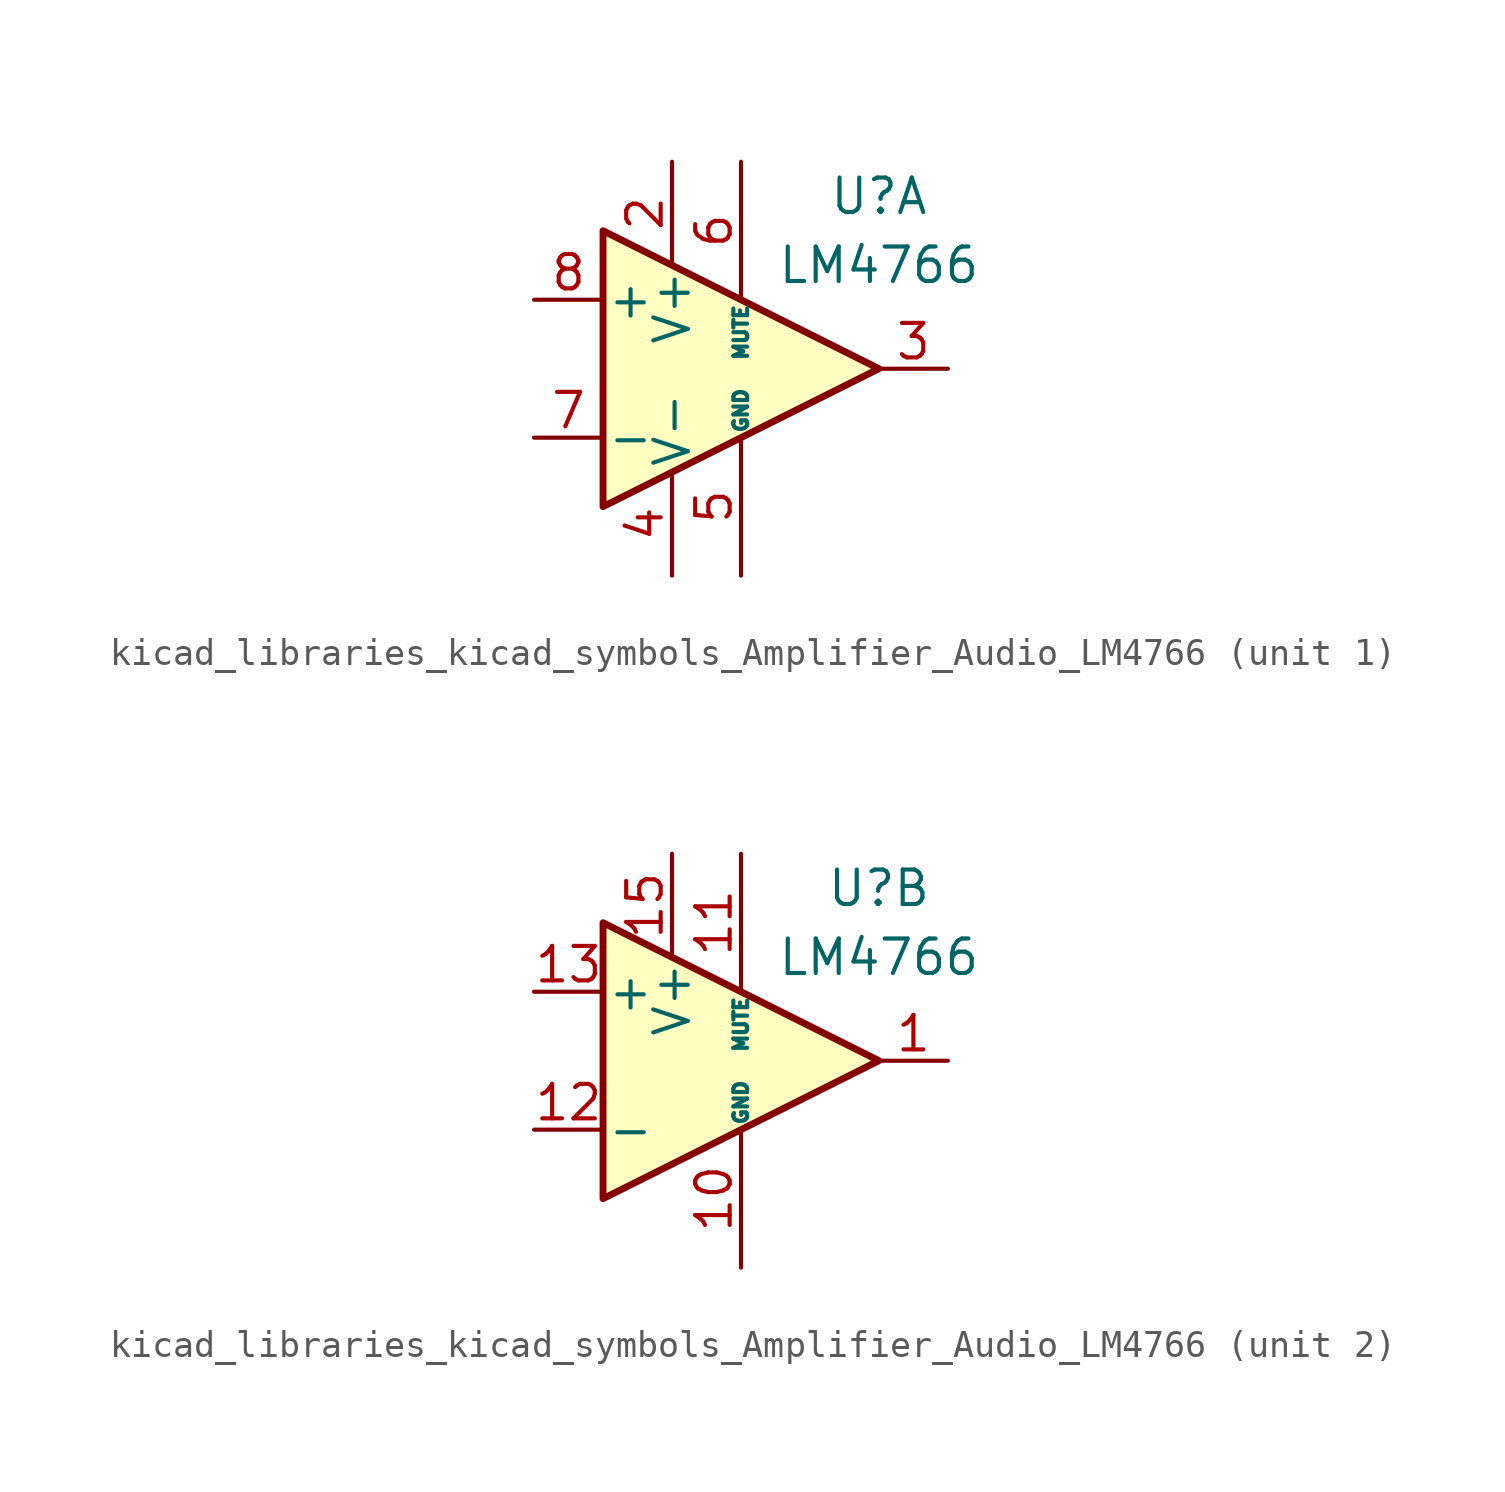
<source format=kicad_sym>
(kicad_symbol_lib
  (version 20220914)
  (generator kicad_symbol_editor)
  (symbol "kicad_libraries_kicad_symbols_Amplifier_Audio_LM4766"
    (pin_names
      (offset 0.127))
    (property "Reference" "U"
      (at 5.08 6.35 0)
      (effects (font (size 1.27 1.27))))
    (property "Value" "LM4766"
      (at 5.08 3.81 0)
      (effects (font (size 1.27 1.27))))
    (property "ki_locked" ""
      (at 0 0 0)
      (effects (font (size 1.27 1.27))))
    (symbol "kicad_libraries_kicad_symbols_Amplifier_Audio_LM4766_0_1"
      (polyline (pts (xy -5.08 5.08) (xy 5.08 0) (xy -5.08 -5.08) (xy -5.08 5.08)) (stroke (width 0.254) (type default)) (fill (type background))))
    (symbol "kicad_libraries_kicad_symbols_Amplifier_Audio_LM4766_1_1"
      (pin power_in line (at -2.54 7.62 270) (length 3.81) (name "V+" (effects (font (size 1.27 1.27)))) (number "2" (effects (font (size 1.27 1.27)))))
      (pin output line (at 7.62 0 180) (length 2.54) (name "~" (effects (font (size 1.27 1.27)))) (number "3" (effects (font (size 1.27 1.27)))))
      (pin power_in line (at -2.54 -7.62 90) (length 3.81) (name "V-" (effects (font (size 1.27 1.27)))) (number "4" (effects (font (size 1.27 1.27)))))
      (pin power_in line (at 0 -7.62 90) (length 5.08) (name "GND" (effects (font (size 0.508 0.508)))) (number "5" (effects (font (size 1.27 1.27)))))
      (pin input line (at 0 7.62 270) (length 5.08) (name "MUTE" (effects (font (size 0.508 0.508)))) (number "6" (effects (font (size 1.27 1.27)))))
      (pin input line (at -7.62 -2.54 0) (length 2.54) (name "-" (effects (font (size 1.27 1.27)))) (number "7" (effects (font (size 1.27 1.27)))))
      (pin input line (at -7.62 2.54 0) (length 2.54) (name "+" (effects (font (size 1.27 1.27)))) (number "8" (effects (font (size 1.27 1.27)))))
      (pin no_connect line (at 0 2.54 270) (length 2.54) hide (name "NC" (effects (font (size 1.27 1.27)))) (number "9" (effects (font (size 1.27 1.27))))))
    (symbol "kicad_libraries_kicad_symbols_Amplifier_Audio_LM4766_2_1"
      (pin output line (at 7.62 0 180) (length 2.54) (name "~" (effects (font (size 1.27 1.27)))) (number "1" (effects (font (size 1.27 1.27)))))
      (pin power_in line (at 0 -7.62 90) (length 5.08) (name "GND" (effects (font (size 0.508 0.508)))) (number "10" (effects (font (size 1.27 1.27)))))
      (pin input line (at 0 7.62 270) (length 5.08) (name "MUTE" (effects (font (size 0.508 0.508)))) (number "11" (effects (font (size 1.27 1.27)))))
      (pin input line (at -7.62 -2.54 0) (length 2.54) (name "-" (effects (font (size 1.27 1.27)))) (number "12" (effects (font (size 1.27 1.27)))))
      (pin input line (at -7.62 2.54 0) (length 2.54) (name "+" (effects (font (size 1.27 1.27)))) (number "13" (effects (font (size 1.27 1.27)))))
      (pin no_connect line (at 0 2.54 270) (length 2.54) hide (name "NC" (effects (font (size 1.27 1.27)))) (number "14" (effects (font (size 1.27 1.27)))))
      (pin power_in line (at -2.54 7.62 270) (length 3.81) (name "V+" (effects (font (size 1.27 1.27)))) (number "15" (effects (font (size 1.27 1.27))))))))
</source>
